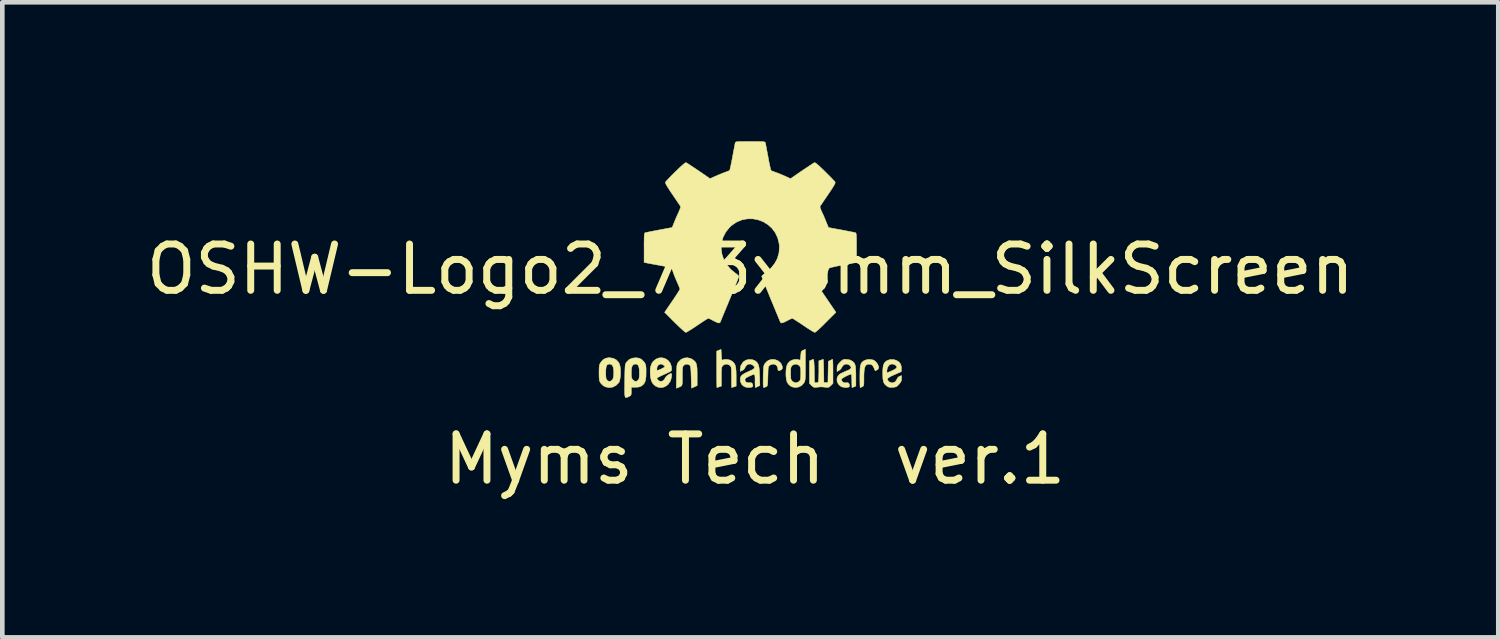
<source format=kicad_pcb>
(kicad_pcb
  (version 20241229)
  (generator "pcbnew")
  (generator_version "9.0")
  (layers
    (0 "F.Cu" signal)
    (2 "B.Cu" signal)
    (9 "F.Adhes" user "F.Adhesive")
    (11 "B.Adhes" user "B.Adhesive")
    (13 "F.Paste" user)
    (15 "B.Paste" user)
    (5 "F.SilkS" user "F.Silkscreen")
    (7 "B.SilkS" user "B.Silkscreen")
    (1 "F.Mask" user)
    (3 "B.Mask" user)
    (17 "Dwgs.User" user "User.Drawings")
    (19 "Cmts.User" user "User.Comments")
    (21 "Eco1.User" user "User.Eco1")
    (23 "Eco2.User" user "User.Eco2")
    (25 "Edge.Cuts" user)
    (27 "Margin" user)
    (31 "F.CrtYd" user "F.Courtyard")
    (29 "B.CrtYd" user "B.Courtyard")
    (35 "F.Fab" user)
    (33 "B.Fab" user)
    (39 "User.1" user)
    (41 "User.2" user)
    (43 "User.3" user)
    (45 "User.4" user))
  (footprint "OSHW-Logo2_7.3x6mm_SilkScreen"
    (layer "F.Cu")
    (at 13.149 2.763)
    (property "Reference" "OSHW-Logo2_7.3x6mm_SilkScreen" (at 0 0 0) (layer "F.SilkS") (effects (font (size 1 1) (thickness 0.15))))
    (attr exclude_from_pos_files exclude_from_bom)
    (fp_poly (pts (xy 2.653 1.959) (xy 2.67 1.966) (xy 2.711 1.999) (xy 2.747 2.047) (xy 2.769 2.097) (xy 2.772 2.122) (xy 2.76 2.157) (xy 2.734 2.175) (xy 2.706 2.187) (xy 2.693 2.189) (xy 2.687 2.174) (xy 2.674 2.141) (xy 2.669 2.127) (xy 2.639 2.076) (xy 2.595 2.05) (xy 2.538 2.051) (xy 2.534 2.052) (xy 2.504 2.067) (xy 2.481 2.094) (xy 2.466 2.139) (xy 2.457 2.205) (xy 2.453 2.294) (xy 2.453 2.341) (xy 2.453 2.416) (xy 2.452 2.467) (xy 2.448 2.499) (xy 2.442 2.518) (xy 2.432 2.529) (xy 2.417 2.537) (xy 2.416 2.538) (xy 2.387 2.55) (xy 2.372 2.555) (xy 2.37 2.541) (xy 2.368 2.503) (xy 2.367 2.446) (xy 2.366 2.374) (xy 2.366 2.322) (xy 2.367 2.22) (xy 2.37 2.143) (xy 2.377 2.086) (xy 2.389 2.045) (xy 2.407 2.014) (xy 2.432 1.99) (xy 2.457 1.973) (xy 2.517 1.951) (xy 2.587 1.946) (xy 2.653 1.959)) (stroke (width 0.01) (type solid)) (fill yes) (layer "F.SilkS"))
    (fp_poly (pts (xy -1.284 1.928) (xy -1.237 1.955) (xy -1.205 1.981) (xy -1.181 2.009) (xy -1.165 2.044) (xy -1.155 2.089) (xy -1.149 2.151) (xy -1.147 2.234) (xy -1.147 2.293) (xy -1.147 2.512) (xy -1.208 2.54) (xy -1.27 2.568) (xy -1.277 2.328) (xy -1.28 2.238) (xy -1.283 2.173) (xy -1.287 2.128) (xy -1.293 2.099) (xy -1.3 2.081) (xy -1.31 2.07) (xy -1.313 2.067) (xy -1.36 2.048) (xy -1.408 2.056) (xy -1.437 2.076) (xy -1.449 2.09) (xy -1.457 2.108) (xy -1.462 2.136) (xy -1.465 2.179) (xy -1.466 2.242) (xy -1.466 2.307) (xy -1.466 2.389) (xy -1.467 2.447) (xy -1.472 2.486) (xy -1.482 2.512) (xy -1.499 2.528) (xy -1.525 2.541) (xy -1.56 2.554) (xy -1.598 2.569) (xy -1.594 2.311) (xy -1.592 2.219) (xy -1.59 2.15) (xy -1.587 2.101) (xy -1.582 2.066) (xy -1.575 2.042) (xy -1.566 2.022) (xy -1.554 2.005) (xy -1.499 1.95) (xy -1.431 1.918) (xy -1.357 1.91) (xy -1.284 1.928)) (stroke (width 0.01) (type solid)) (fill yes) (layer "F.SilkS"))
    (fp_poly (pts (xy 0.53 1.95) (xy 0.596 1.974) (xy 0.649 2.017) (xy 0.67 2.047) (xy 0.693 2.103) (xy 0.692 2.143) (xy 0.669 2.17) (xy 0.66 2.175) (xy 0.622 2.189) (xy 0.602 2.185) (xy 0.595 2.161) (xy 0.595 2.148) (xy 0.583 2.099) (xy 0.551 2.065) (xy 0.508 2.048) (xy 0.459 2.053) (xy 0.419 2.074) (xy 0.405 2.087) (xy 0.396 2.101) (xy 0.389 2.124) (xy 0.385 2.159) (xy 0.383 2.212) (xy 0.381 2.288) (xy 0.38 2.312) (xy 0.378 2.394) (xy 0.376 2.451) (xy 0.372 2.49) (xy 0.367 2.513) (xy 0.359 2.526) (xy 0.347 2.535) (xy 0.339 2.538) (xy 0.307 2.55) (xy 0.288 2.555) (xy 0.282 2.541) (xy 0.278 2.5) (xy 0.277 2.431) (xy 0.278 2.334) (xy 0.278 2.319) (xy 0.28 2.23) (xy 0.283 2.165) (xy 0.286 2.119) (xy 0.292 2.087) (xy 0.3 2.064) (xy 0.311 2.044) (xy 0.317 2.035) (xy 0.35 1.998) (xy 0.388 1.969) (xy 0.392 1.966) (xy 0.459 1.946) (xy 0.53 1.95)) (stroke (width 0.01) (type solid)) (fill yes) (layer "F.SilkS"))
    (fp_poly (pts (xy -0.624 1.851) (xy -0.62 1.911) (xy -0.615 1.946) (xy -0.608 1.961) (xy -0.598 1.961) (xy -0.595 1.959) (xy -0.552 1.946) (xy -0.497 1.947) (xy -0.44 1.96) (xy -0.405 1.978) (xy -0.369 2.006) (xy -0.342 2.038) (xy -0.324 2.078) (xy -0.313 2.132) (xy -0.307 2.204) (xy -0.305 2.299) (xy -0.305 2.317) (xy -0.305 2.523) (xy -0.351 2.539) (xy -0.383 2.549) (xy -0.401 2.554) (xy -0.401 2.555) (xy -0.403 2.541) (xy -0.405 2.503) (xy -0.406 2.446) (xy -0.406 2.375) (xy -0.406 2.332) (xy -0.407 2.247) (xy -0.408 2.186) (xy -0.41 2.144) (xy -0.415 2.117) (xy -0.422 2.098) (xy -0.433 2.085) (xy -0.44 2.078) (xy -0.487 2.051) (xy -0.538 2.049) (xy -0.584 2.072) (xy -0.593 2.08) (xy -0.605 2.095) (xy -0.614 2.114) (xy -0.619 2.14) (xy -0.622 2.18) (xy -0.624 2.238) (xy -0.624 2.318) (xy -0.624 2.523) (xy -0.67 2.539) (xy -0.702 2.549) (xy -0.72 2.554) (xy -0.721 2.555) (xy -0.722 2.541) (xy -0.723 2.501) (xy -0.724 2.441) (xy -0.725 2.362) (xy -0.726 2.269) (xy -0.726 2.167) (xy -0.726 1.769) (xy -0.679 1.749) (xy -0.631 1.73) (xy -0.624 1.851)) (stroke (width 0.01) (type solid)) (fill yes) (layer "F.SilkS"))
    (fp_poly (pts (xy 1.78 1.959) (xy 1.782 1.997) (xy 1.784 2.055) (xy 1.785 2.128) (xy 1.785 2.205) (xy 1.785 2.465) (xy 1.739 2.511) (xy 1.708 2.539) (xy 1.68 2.551) (xy 1.642 2.55) (xy 1.627 2.548) (xy 1.58 2.543) (xy 1.541 2.54) (xy 1.531 2.54) (xy 1.499 2.541) (xy 1.453 2.546) (xy 1.436 2.548) (xy 1.392 2.552) (xy 1.363 2.544) (xy 1.334 2.521) (xy 1.323 2.511) (xy 1.277 2.465) (xy 1.277 1.979) (xy 1.314 1.962) (xy 1.346 1.949) (xy 1.365 1.945) (xy 1.369 1.959) (xy 1.374 1.997) (xy 1.378 2.056) (xy 1.381 2.132) (xy 1.382 2.195) (xy 1.386 2.446) (xy 1.421 2.451) (xy 1.452 2.447) (xy 1.468 2.436) (xy 1.472 2.415) (xy 1.476 2.371) (xy 1.478 2.309) (xy 1.48 2.235) (xy 1.48 2.197) (xy 1.48 1.977) (xy 1.526 1.961) (xy 1.559 1.95) (xy 1.576 1.945) (xy 1.577 1.945) (xy 1.578 1.959) (xy 1.58 1.997) (xy 1.582 2.054) (xy 1.584 2.127) (xy 1.585 2.195) (xy 1.589 2.446) (xy 1.676 2.446) (xy 1.68 2.217) (xy 1.684 1.989) (xy 1.727 1.967) (xy 1.758 1.952) (xy 1.777 1.945) (xy 1.777 1.945) (xy 1.78 1.959)) (stroke (width 0.01) (type solid)) (fill yes) (layer "F.SilkS"))
    (fp_poly (pts (xy -2.959 1.922) (xy -2.891 1.958) (xy -2.841 2.015) (xy -2.823 2.052) (xy -2.809 2.108) (xy -2.802 2.178) (xy -2.801 2.255) (xy -2.807 2.33) (xy -2.818 2.394) (xy -2.834 2.441) (xy -2.839 2.449) (xy -2.9 2.509) (xy -2.971 2.545) (xy -3.049 2.555) (xy -3.127 2.539) (xy -3.149 2.529) (xy -3.192 2.499) (xy -3.229 2.459) (xy -3.233 2.454) (xy -3.247 2.43) (xy -3.257 2.404) (xy -3.262 2.37) (xy -3.265 2.321) (xy -3.266 2.251) (xy -3.266 2.235) (xy -3.266 2.23) (xy -3.121 2.23) (xy -3.12 2.296) (xy -3.116 2.34) (xy -3.109 2.369) (xy -3.098 2.388) (xy -3.092 2.395) (xy -3.057 2.42) (xy -3.023 2.419) (xy -2.989 2.397) (xy -2.969 2.374) (xy -2.957 2.34) (xy -2.95 2.288) (xy -2.949 2.281) (xy -2.948 2.186) (xy -2.96 2.114) (xy -2.985 2.068) (xy -3.023 2.048) (xy -3.037 2.047) (xy -3.073 2.052) (xy -3.097 2.072) (xy -3.112 2.109) (xy -3.119 2.168) (xy -3.121 2.23) (xy -3.266 2.23) (xy -3.265 2.16) (xy -3.263 2.108) (xy -3.258 2.072) (xy -3.249 2.045) (xy -3.236 2.022) (xy -3.233 2.017) (xy -3.184 1.958) (xy -3.13 1.924) (xy -3.064 1.91) (xy -3.042 1.91) (xy -2.959 1.922)) (stroke (width 0.01) (type solid)) (fill yes) (layer "F.SilkS"))
    (fp_poly (pts (xy 3.154 1.967) (xy 3.211 2.004) (xy 3.239 2.038) (xy 3.261 2.099) (xy 3.262 2.147) (xy 3.258 2.212) (xy 3.11 2.277) (xy 3.037 2.31) (xy 2.99 2.337) (xy 2.966 2.36) (xy 2.961 2.383) (xy 2.975 2.407) (xy 2.99 2.424) (xy 3.034 2.45) (xy 3.081 2.452) (xy 3.125 2.432) (xy 3.157 2.391) (xy 3.163 2.376) (xy 3.191 2.331) (xy 3.222 2.312) (xy 3.266 2.296) (xy 3.266 2.358) (xy 3.262 2.4) (xy 3.247 2.436) (xy 3.215 2.477) (xy 3.211 2.482) (xy 3.176 2.519) (xy 3.145 2.538) (xy 3.108 2.547) (xy 3.076 2.55) (xy 3.02 2.551) (xy 2.981 2.542) (xy 2.956 2.528) (xy 2.917 2.497) (xy 2.89 2.465) (xy 2.873 2.423) (xy 2.863 2.368) (xy 2.86 2.291) (xy 2.859 2.253) (xy 2.86 2.206) (xy 2.948 2.206) (xy 2.949 2.231) (xy 2.952 2.235) (xy 2.968 2.23) (xy 3.004 2.215) (xy 3.052 2.194) (xy 3.062 2.19) (xy 3.123 2.159) (xy 3.157 2.132) (xy 3.164 2.106) (xy 3.146 2.08) (xy 3.132 2.069) (xy 3.079 2.046) (xy 3.03 2.05) (xy 2.989 2.078) (xy 2.961 2.127) (xy 2.952 2.166) (xy 2.948 2.206) (xy 2.86 2.206) (xy 2.861 2.162) (xy 2.868 2.095) (xy 2.882 2.047) (xy 2.904 2.011) (xy 2.937 1.983) (xy 2.951 1.973) (xy 3.015 1.95) (xy 3.085 1.948) (xy 3.154 1.967)) (stroke (width 0.01) (type solid)) (fill yes) (layer "F.SilkS"))
    (fp_poly (pts (xy 1.19 2.065) (xy 1.19 2.174) (xy 1.189 2.257) (xy 1.188 2.32) (xy 1.185 2.365) (xy 1.181 2.397) (xy 1.175 2.421) (xy 1.167 2.439) (xy 1.161 2.449) (xy 1.112 2.506) (xy 1.049 2.541) (xy 0.98 2.554) (xy 0.911 2.542) (xy 0.869 2.522) (xy 0.826 2.485) (xy 0.796 2.441) (xy 0.779 2.383) (xy 0.77 2.306) (xy 0.769 2.25) (xy 0.769 2.246) (xy 0.871 2.246) (xy 0.871 2.311) (xy 0.874 2.354) (xy 0.881 2.382) (xy 0.893 2.402) (xy 0.906 2.417) (xy 0.953 2.447) (xy 1.004 2.449) (xy 1.051 2.425) (xy 1.055 2.421) (xy 1.071 2.404) (xy 1.081 2.383) (xy 1.086 2.352) (xy 1.088 2.305) (xy 1.089 2.252) (xy 1.088 2.185) (xy 1.085 2.141) (xy 1.078 2.112) (xy 1.066 2.091) (xy 1.057 2.08) (xy 1.013 2.052) (xy 0.962 2.049) (xy 0.914 2.07) (xy 0.904 2.078) (xy 0.889 2.096) (xy 0.879 2.117) (xy 0.873 2.148) (xy 0.871 2.196) (xy 0.871 2.246) (xy 0.769 2.246) (xy 0.773 2.159) (xy 0.785 2.09) (xy 0.807 2.039) (xy 0.842 1.998) (xy 0.869 1.978) (xy 0.919 1.956) (xy 0.976 1.945) (xy 1.03 1.948) (xy 1.06 1.959) (xy 1.071 1.962) (xy 1.079 1.951) (xy 1.084 1.919) (xy 1.089 1.871) (xy 1.093 1.817) (xy 1.099 1.784) (xy 1.111 1.766) (xy 1.131 1.754) (xy 1.143 1.748) (xy 1.19 1.729) (xy 1.19 2.065)) (stroke (width 0.01) (type solid)) (fill yes) (layer "F.SilkS"))
    (fp_poly (pts (xy -1.832 1.931) (xy -1.774 1.97) (xy -1.73 2.025) (xy -1.704 2.096) (xy -1.698 2.148) (xy -1.699 2.17) (xy -1.704 2.187) (xy -1.718 2.201) (xy -1.745 2.218) (xy -1.79 2.239) (xy -1.857 2.269) (xy -1.858 2.27) (xy -1.92 2.298) (xy -1.97 2.323) (xy -2.005 2.342) (xy -2.017 2.353) (xy -2.017 2.353) (xy -2.006 2.376) (xy -1.98 2.402) (xy -1.949 2.42) (xy -1.934 2.424) (xy -1.891 2.411) (xy -1.855 2.379) (xy -1.837 2.345) (xy -1.82 2.319) (xy -1.787 2.29) (xy -1.748 2.264) (xy -1.713 2.25) (xy -1.706 2.25) (xy -1.698 2.262) (xy -1.697 2.294) (xy -1.703 2.337) (xy -1.715 2.383) (xy -1.73 2.423) (xy -1.731 2.424) (xy -1.777 2.489) (xy -1.837 2.533) (xy -1.906 2.555) (xy -1.976 2.552) (xy -2.044 2.524) (xy -2.047 2.522) (xy -2.101 2.473) (xy -2.136 2.41) (xy -2.155 2.327) (xy -2.158 2.304) (xy -2.162 2.194) (xy -2.157 2.143) (xy -2.017 2.143) (xy -2.016 2.175) (xy -2.006 2.184) (xy -1.981 2.177) (xy -1.942 2.161) (xy -1.899 2.14) (xy -1.898 2.139) (xy -1.861 2.12) (xy -1.846 2.107) (xy -1.85 2.093) (xy -1.865 2.076) (xy -1.904 2.05) (xy -1.946 2.048) (xy -1.984 2.067) (xy -2.01 2.103) (xy -2.017 2.143) (xy -2.157 2.143) (xy -2.153 2.106) (xy -2.128 2.036) (xy -2.095 1.987) (xy -2.033 1.938) (xy -1.966 1.913) (xy -1.897 1.912) (xy -1.832 1.931)) (stroke (width 0.01) (type solid)) (fill yes) (layer "F.SilkS"))
    (fp_poly (pts (xy 0.04 1.951) (xy 0.097 1.972) (xy 0.097 1.972) (xy 0.132 1.998) (xy 0.158 2.029) (xy 0.177 2.068) (xy 0.189 2.121) (xy 0.196 2.194) (xy 0.2 2.289) (xy 0.201 2.303) (xy 0.206 2.509) (xy 0.162 2.532) (xy 0.13 2.547) (xy 0.11 2.554) (xy 0.11 2.555) (xy 0.106 2.541) (xy 0.104 2.505) (xy 0.102 2.451) (xy 0.102 2.408) (xy 0.102 2.339) (xy 0.098 2.295) (xy 0.087 2.274) (xy 0.064 2.273) (xy 0.022 2.289) (xy -0.04 2.318) (xy -0.086 2.342) (xy -0.109 2.363) (xy -0.116 2.386) (xy -0.116 2.387) (xy -0.105 2.426) (xy -0.071 2.447) (xy -0.019 2.451) (xy 0.018 2.45) (xy 0.038 2.461) (xy 0.05 2.487) (xy 0.057 2.519) (xy 0.047 2.538) (xy 0.043 2.541) (xy 0.007 2.551) (xy -0.043 2.553) (xy -0.095 2.546) (xy -0.132 2.533) (xy -0.183 2.49) (xy -0.212 2.429) (xy -0.218 2.382) (xy -0.213 2.34) (xy -0.198 2.305) (xy -0.166 2.275) (xy -0.115 2.244) (xy -0.041 2.209) (xy -0.036 2.207) (xy 0.031 2.176) (xy 0.072 2.151) (xy 0.09 2.128) (xy 0.086 2.105) (xy 0.063 2.078) (xy 0.056 2.072) (xy 0.009 2.048) (xy -0.04 2.049) (xy -0.082 2.072) (xy -0.111 2.116) (xy -0.113 2.124) (xy -0.139 2.165) (xy -0.171 2.185) (xy -0.218 2.205) (xy -0.218 2.154) (xy -0.204 2.08) (xy -0.161 2.012) (xy -0.139 1.99) (xy -0.089 1.961) (xy -0.026 1.947) (xy 0.04 1.951)) (stroke (width 0.01) (type solid)) (fill yes) (layer "F.SilkS"))
    (fp_poly (pts (xy -2.4 1.92) (xy -2.345 1.948) (xy -2.296 1.998) (xy -2.282 2.017) (xy -2.268 2.042) (xy -2.258 2.069) (xy -2.253 2.105) (xy -2.25 2.156) (xy -2.25 2.224) (xy -2.252 2.318) (xy -2.261 2.388) (xy -2.277 2.44) (xy -2.303 2.48) (xy -2.34 2.513) (xy -2.342 2.515) (xy -2.379 2.535) (xy -2.422 2.545) (xy -2.478 2.547) (xy -2.569 2.547) (xy -2.569 2.635) (xy -2.57 2.684) (xy -2.575 2.713) (xy -2.588 2.73) (xy -2.614 2.745) (xy -2.62 2.748) (xy -2.649 2.762) (xy -2.672 2.77) (xy -2.688 2.771) (xy -2.7 2.761) (xy -2.707 2.737) (xy -2.712 2.696) (xy -2.713 2.636) (xy -2.713 2.553) (xy -2.712 2.445) (xy -2.711 2.413) (xy -2.71 2.302) (xy -2.709 2.229) (xy -2.569 2.229) (xy -2.568 2.29) (xy -2.565 2.331) (xy -2.557 2.358) (xy -2.543 2.378) (xy -2.533 2.388) (xy -2.495 2.418) (xy -2.46 2.42) (xy -2.425 2.396) (xy -2.424 2.395) (xy -2.409 2.376) (xy -2.401 2.351) (xy -2.396 2.312) (xy -2.395 2.252) (xy -2.395 2.238) (xy -2.398 2.156) (xy -2.409 2.099) (xy -2.429 2.064) (xy -2.458 2.048) (xy -2.476 2.047) (xy -2.516 2.054) (xy -2.544 2.078) (xy -2.561 2.123) (xy -2.568 2.191) (xy -2.569 2.229) (xy -2.709 2.229) (xy -2.708 2.215) (xy -2.706 2.15) (xy -2.704 2.103) (xy -2.7 2.069) (xy -2.694 2.045) (xy -2.687 2.028) (xy -2.677 2.012) (xy -2.673 2.006) (xy -2.619 1.951) (xy -2.55 1.92) (xy -2.47 1.911) (xy -2.4 1.92)) (stroke (width 0.01) (type solid)) (fill yes) (layer "F.SilkS"))
    (fp_poly (pts (xy 2.145 1.956) (xy 2.187 1.975) (xy 2.219 1.998) (xy 2.244 2.024) (xy 2.26 2.057) (xy 2.271 2.103) (xy 2.276 2.165) (xy 2.279 2.249) (xy 2.279 2.305) (xy 2.279 2.521) (xy 2.242 2.538) (xy 2.213 2.55) (xy 2.198 2.555) (xy 2.195 2.541) (xy 2.193 2.505) (xy 2.192 2.452) (xy 2.192 2.409) (xy 2.19 2.348) (xy 2.187 2.3) (xy 2.182 2.271) (xy 2.178 2.264) (xy 2.153 2.271) (xy 2.112 2.287) (xy 2.066 2.309) (xy 2.021 2.333) (xy 1.986 2.355) (xy 1.97 2.37) (xy 1.97 2.37) (xy 1.971 2.397) (xy 1.984 2.423) (xy 2.006 2.444) (xy 2.038 2.451) (xy 2.065 2.451) (xy 2.104 2.45) (xy 2.124 2.459) (xy 2.136 2.483) (xy 2.138 2.488) (xy 2.143 2.522) (xy 2.129 2.543) (xy 2.092 2.552) (xy 2.052 2.554) (xy 1.981 2.541) (xy 1.943 2.521) (xy 1.898 2.476) (xy 1.873 2.42) (xy 1.871 2.361) (xy 1.892 2.306) (xy 1.923 2.271) (xy 1.953 2.252) (xy 2.002 2.228) (xy 2.058 2.203) (xy 2.068 2.199) (xy 2.13 2.172) (xy 2.166 2.148) (xy 2.177 2.124) (xy 2.167 2.097) (xy 2.148 2.076) (xy 2.104 2.05) (xy 2.056 2.048) (xy 2.012 2.068) (xy 1.981 2.108) (xy 1.977 2.118) (xy 1.952 2.156) (xy 1.917 2.184) (xy 1.872 2.207) (xy 1.872 2.141) (xy 1.875 2.102) (xy 1.886 2.07) (xy 1.911 2.036) (xy 1.935 2.01) (xy 1.972 1.974) (xy 2.001 1.954) (xy 2.033 1.946) (xy 2.068 1.945) (xy 2.145 1.956)) (stroke (width 0.01) (type solid)) (fill yes) (layer "F.SilkS"))
    (fp_poly (pts (xy 0.104 -2.758) (xy 0.182 -2.757) (xy 0.239 -2.756) (xy 0.278 -2.754) (xy 0.303 -2.75) (xy 0.316 -2.744) (xy 0.323 -2.737) (xy 0.326 -2.726) (xy 0.327 -2.725) (xy 0.332 -2.701) (xy 0.341 -2.653) (xy 0.353 -2.587) (xy 0.368 -2.508) (xy 0.385 -2.42) (xy 0.385 -2.417) (xy 0.401 -2.331) (xy 0.417 -2.255) (xy 0.43 -2.194) (xy 0.44 -2.152) (xy 0.446 -2.133) (xy 0.447 -2.133) (xy 0.465 -2.124) (xy 0.502 -2.109) (xy 0.551 -2.091) (xy 0.552 -2.091) (xy 0.613 -2.068) (xy 0.686 -2.038) (xy 0.754 -2.008) (xy 0.757 -2.007) (xy 0.869 -1.956) (xy 1.115 -2.125) (xy 1.191 -2.176) (xy 1.26 -2.222) (xy 1.317 -2.26) (xy 1.359 -2.287) (xy 1.383 -2.301) (xy 1.385 -2.302) (xy 1.402 -2.298) (xy 1.434 -2.275) (xy 1.481 -2.235) (xy 1.546 -2.174) (xy 1.612 -2.11) (xy 1.676 -2.046) (xy 1.733 -1.989) (xy 1.78 -1.94) (xy 1.814 -1.904) (xy 1.83 -1.884) (xy 1.831 -1.883) (xy 1.833 -1.869) (xy 1.826 -1.847) (xy 1.809 -1.814) (xy 1.779 -1.765) (xy 1.737 -1.699) (xy 1.679 -1.614) (xy 1.629 -1.54) (xy 1.583 -1.473) (xy 1.546 -1.417) (xy 1.519 -1.378) (xy 1.506 -1.357) (xy 1.505 -1.356) (xy 1.507 -1.336) (xy 1.519 -1.298) (xy 1.54 -1.248) (xy 1.547 -1.232) (xy 1.58 -1.162) (xy 1.614 -1.082) (xy 1.642 -1.012) (xy 1.663 -0.961) (xy 1.679 -0.922) (xy 1.688 -0.901) (xy 1.689 -0.9) (xy 1.706 -0.897) (xy 1.746 -0.89) (xy 1.804 -0.879) (xy 1.875 -0.866) (xy 1.952 -0.852) (xy 2.032 -0.837) (xy 2.107 -0.822) (xy 2.174 -0.809) (xy 2.227 -0.799) (xy 2.26 -0.792) (xy 2.268 -0.79) (xy 2.276 -0.785) (xy 2.283 -0.774) (xy 2.287 -0.754) (xy 2.29 -0.72) (xy 2.292 -0.67) (xy 2.293 -0.599) (xy 2.293 -0.504) (xy 2.293 -0.465) (xy 2.293 -0.147) (xy 2.217 -0.132) (xy 2.175 -0.124) (xy 2.111 -0.112) (xy 2.035 -0.098) (xy 1.953 -0.083) (xy 1.93 -0.079) (xy 1.855 -0.064) (xy 1.789 -0.049) (xy 1.738 -0.037) (xy 1.709 -0.027) (xy 1.704 -0.024) (xy 1.691 -0.003) (xy 1.674 0.038) (xy 1.655 0.09) (xy 1.651 0.102) (xy 1.625 0.172) (xy 1.594 0.25) (xy 1.563 0.321) (xy 1.563 0.322) (xy 1.511 0.433) (xy 1.68 0.681) (xy 1.849 0.93) (xy 1.632 1.147) (xy 1.567 1.212) (xy 1.507 1.269) (xy 1.456 1.315) (xy 1.418 1.348) (xy 1.396 1.363) (xy 1.392 1.364) (xy 1.374 1.356) (xy 1.335 1.335) (xy 1.281 1.301) (xy 1.216 1.259) (xy 1.146 1.212) (xy 1.075 1.164) (xy 1.011 1.122) (xy 0.959 1.089) (xy 0.923 1.067) (xy 0.907 1.06) (xy 0.887 1.066) (xy 0.85 1.083) (xy 0.803 1.107) (xy 0.798 1.11) (xy 0.734 1.142) (xy 0.69 1.158) (xy 0.663 1.158) (xy 0.649 1.143) (xy 0.649 1.143) (xy 0.642 1.126) (xy 0.625 1.085) (xy 0.6 1.024) (xy 0.567 0.945) (xy 0.529 0.852) (xy 0.486 0.748) (xy 0.444 0.648) (xy 0.399 0.537) (xy 0.357 0.434) (xy 0.32 0.342) (xy 0.289 0.265) (xy 0.266 0.206) (xy 0.251 0.167) (xy 0.247 0.153) (xy 0.258 0.136) (xy 0.287 0.11) (xy 0.326 0.081) (xy 0.437 -0.011) (xy 0.523 -0.116) (xy 0.585 -0.233) (xy 0.62 -0.358) (xy 0.628 -0.49) (xy 0.622 -0.552) (xy 0.591 -0.678) (xy 0.538 -0.79) (xy 0.466 -0.886) (xy 0.378 -0.965) (xy 0.278 -1.026) (xy 0.168 -1.067) (xy 0.053 -1.089) (xy -0.065 -1.088) (xy -0.181 -1.066) (xy -0.294 -1.019) (xy -0.4 -0.948) (xy -0.444 -0.908) (xy -0.528 -0.805) (xy -0.587 -0.692) (xy -0.62 -0.573) (xy -0.629 -0.451) (xy -0.613 -0.329) (xy -0.573 -0.211) (xy -0.51 -0.1) (xy -0.423 0.002) (xy -0.326 0.081) (xy -0.286 0.111) (xy -0.257 0.137) (xy -0.247 0.153) (xy -0.252 0.17) (xy -0.267 0.21) (xy -0.291 0.272) (xy -0.323 0.35) (xy -0.36 0.443) (xy -0.403 0.546) (xy -0.444 0.648) (xy -0.49 0.759) (xy -0.533 0.862) (xy -0.571 0.953) (xy -0.603 1.03) (xy -0.627 1.09) (xy -0.643 1.129) (xy -0.649 1.143) (xy -0.663 1.158) (xy -0.69 1.158) (xy -0.734 1.142) (xy -0.797 1.11) (xy -0.798 1.11) (xy -0.845 1.085) (xy -0.884 1.067) (xy -0.906 1.06) (xy -0.907 1.06) (xy -0.923 1.067) (xy -0.96 1.089) (xy -1.012 1.122) (xy -1.075 1.164) (xy -1.146 1.212) (xy -1.218 1.26) (xy -1.283 1.302) (xy -1.336 1.335) (xy -1.374 1.357) (xy -1.392 1.364) (xy -1.409 1.354) (xy -1.443 1.327) (xy -1.49 1.284) (xy -1.547 1.231) (xy -1.612 1.168) (xy -1.633 1.147) (xy -1.85 0.93) (xy -1.684 0.687) (xy -1.634 0.613) (xy -1.59 0.546) (xy -1.555 0.491) (xy -1.53 0.451) (xy -1.519 0.43) (xy -1.519 0.429) (xy -1.525 0.409) (xy -1.54 0.37) (xy -1.562 0.317) (xy -1.578 0.282) (xy -1.607 0.215) (xy -1.635 0.147) (xy -1.656 0.09) (xy -1.662 0.073) (xy -1.679 0.026) (xy -1.695 -0.01) (xy -1.704 -0.024) (xy -1.723 -0.032) (xy -1.766 -0.044) (xy -1.826 -0.058) (xy -1.898 -0.073) (xy -1.93 -0.079) (xy -2.012 -0.094) (xy -2.091 -0.108) (xy -2.159 -0.121) (xy -2.208 -0.13) (xy -2.217 -0.132) (xy -2.293 -0.147) (xy -2.293 -0.465) (xy -2.293 -0.569) (xy -2.292 -0.648) (xy -2.291 -0.705) (xy -2.288 -0.744) (xy -2.284 -0.769) (xy -2.279 -0.782) (xy -2.271 -0.789) (xy -2.268 -0.79) (xy -2.249 -0.794) (xy -2.207 -0.802) (xy -2.148 -0.814) (xy -2.077 -0.828) (xy -1.999 -0.843) (xy -1.92 -0.858) (xy -1.845 -0.872) (xy -1.779 -0.884) (xy -1.727 -0.894) (xy -1.696 -0.899) (xy -1.689 -0.9) (xy -1.683 -0.912) (xy -1.669 -0.946) (xy -1.65 -0.994) (xy -1.642 -1.012) (xy -1.613 -1.085) (xy -1.578 -1.165) (xy -1.547 -1.232) (xy -1.525 -1.284) (xy -1.51 -1.326) (xy -1.504 -1.352) (xy -1.505 -1.356) (xy -1.516 -1.372) (xy -1.54 -1.409) (xy -1.576 -1.461) (xy -1.62 -1.526) (xy -1.67 -1.6) (xy -1.68 -1.614) (xy -1.738 -1.7) (xy -1.78 -1.766) (xy -1.809 -1.814) (xy -1.826 -1.847) (xy -1.833 -1.869) (xy -1.831 -1.883) (xy -1.831 -1.883) (xy -1.816 -1.901) (xy -1.785 -1.935) (xy -1.739 -1.983) (xy -1.683 -2.04) (xy -1.62 -2.103) (xy -1.612 -2.11) (xy -1.533 -2.187) (xy -1.471 -2.244) (xy -1.427 -2.281) (xy -1.398 -2.3) (xy -1.385 -2.302) (xy -1.367 -2.292) (xy -1.328 -2.267) (xy -1.274 -2.231) (xy -1.207 -2.187) (xy -1.133 -2.137) (xy -1.115 -2.125) (xy -0.869 -1.956) (xy -0.757 -2.007) (xy -0.69 -2.036) (xy -0.617 -2.066) (xy -0.554 -2.09) (xy -0.552 -2.091) (xy -0.503 -2.109) (xy -0.465 -2.124) (xy -0.447 -2.133) (xy -0.447 -2.133) (xy -0.441 -2.149) (xy -0.431 -2.19) (xy -0.418 -2.25) (xy -0.403 -2.325) (xy -0.386 -2.41) (xy -0.385 -2.417) (xy -0.369 -2.505) (xy -0.354 -2.585) (xy -0.341 -2.651) (xy -0.332 -2.7) (xy -0.327 -2.725) (xy -0.327 -2.725) (xy -0.323 -2.736) (xy -0.317 -2.744) (xy -0.305 -2.75) (xy -0.281 -2.753) (xy -0.244 -2.756) (xy -0.19 -2.757) (xy -0.114 -2.758) (xy -0.013 -2.758) (xy 0 -2.758) (xy 0.104 -2.758)) (stroke (width 0.01) (type solid)) (fill yes) (layer "F.SilkS"))
    (fp_text user "Myms Tech  ver.1" (at 0.1 4.1 0) (layer "F.SilkS") (effects (font (size 1 1) (thickness 0.15)))))
  (gr_rect
    (start -3 -3)
    (end 29.298 10.711)
    (stroke (width 0.1) (type default))
    (fill no)
    (layer "Edge.Cuts")))
</source>
